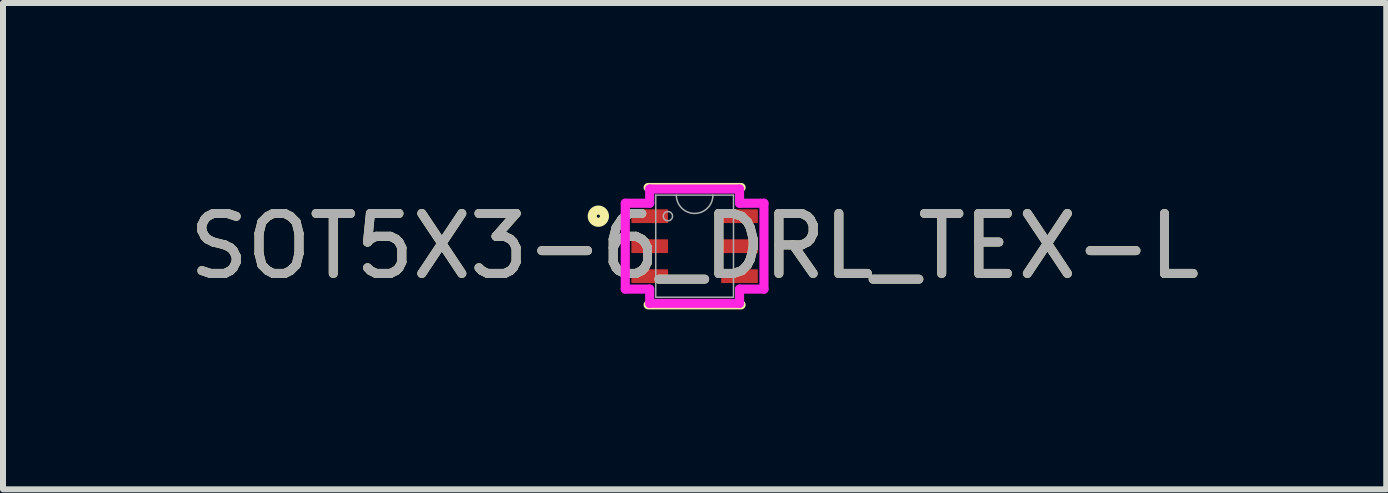
<source format=kicad_pcb>
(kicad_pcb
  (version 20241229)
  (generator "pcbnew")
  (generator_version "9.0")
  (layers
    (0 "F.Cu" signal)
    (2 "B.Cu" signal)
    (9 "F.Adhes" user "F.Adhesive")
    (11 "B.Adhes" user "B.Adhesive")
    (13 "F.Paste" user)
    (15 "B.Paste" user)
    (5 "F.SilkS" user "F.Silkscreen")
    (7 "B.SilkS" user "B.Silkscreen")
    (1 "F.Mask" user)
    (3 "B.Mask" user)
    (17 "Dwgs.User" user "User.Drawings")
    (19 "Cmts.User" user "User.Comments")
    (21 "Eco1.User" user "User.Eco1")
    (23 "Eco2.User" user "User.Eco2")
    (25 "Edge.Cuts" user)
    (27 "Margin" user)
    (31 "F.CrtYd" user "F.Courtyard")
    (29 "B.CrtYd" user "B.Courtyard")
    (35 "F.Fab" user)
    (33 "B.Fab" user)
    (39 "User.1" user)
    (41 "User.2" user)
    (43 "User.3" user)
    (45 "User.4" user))
  (footprint "SOT5X3-6_DRL_TEX-L"
    (layer "F.Cu")
    (at 8.53 1.054)
    (property "Reference" "SOT5X3-6_DRL_TEX-L" (at 0 0 0) (unlocked yes) (layer "F.SilkS") (effects (font (size 1 1) (thickness 0.15))))
    (attr smd)
    (fp_line (start -0.775 0.978) (end 0.775 0.978) (stroke (width 0.152) (type solid)) (layer "F.SilkS"))
    (fp_line (start 0.775 -0.978) (end -0.775 -0.978) (stroke (width 0.152) (type solid)) (layer "F.SilkS"))
    (fp_circle (center -1.605 -0.5) (end -1.503 -0.5) (stroke (width 0.152) (type solid)) (fill no) (layer "F.SilkS"))
    (fp_line (start -1.156 -0.716) (end -0.749 -0.716) (stroke (width 0.152) (type solid)) (layer "F.CrtYd"))
    (fp_line (start -1.156 0.716) (end -1.156 -0.716) (stroke (width 0.152) (type solid)) (layer "F.CrtYd"))
    (fp_line (start -1.156 0.716) (end -0.749 0.716) (stroke (width 0.152) (type solid)) (layer "F.CrtYd"))
    (fp_line (start -0.749 -0.953) (end 0.749 -0.953) (stroke (width 0.152) (type solid)) (layer "F.CrtYd"))
    (fp_line (start -0.749 -0.716) (end -0.749 -0.953) (stroke (width 0.152) (type solid)) (layer "F.CrtYd"))
    (fp_line (start -0.749 0.953) (end -0.749 0.716) (stroke (width 0.152) (type solid)) (layer "F.CrtYd"))
    (fp_line (start 0.749 -0.953) (end 0.749 -0.716) (stroke (width 0.152) (type solid)) (layer "F.CrtYd"))
    (fp_line (start 0.749 0.716) (end 0.749 0.953) (stroke (width 0.152) (type solid)) (layer "F.CrtYd"))
    (fp_line (start 0.749 0.953) (end -0.749 0.953) (stroke (width 0.152) (type solid)) (layer "F.CrtYd"))
    (fp_line (start 1.156 -0.716) (end 0.749 -0.716) (stroke (width 0.152) (type solid)) (layer "F.CrtYd"))
    (fp_line (start 1.156 -0.716) (end 1.156 0.716) (stroke (width 0.152) (type solid)) (layer "F.CrtYd"))
    (fp_line (start 1.156 0.716) (end 0.749 0.716) (stroke (width 0.152) (type solid)) (layer "F.CrtYd"))
    (fp_line (start -0.648 -0.851) (end -0.648 0.851) (stroke (width 0.025) (type solid)) (layer "F.Fab"))
    (fp_line (start -0.648 0.851) (end 0.648 0.851) (stroke (width 0.025) (type solid)) (layer "F.Fab"))
    (fp_line (start 0.648 -0.851) (end -0.648 -0.851) (stroke (width 0.025) (type solid)) (layer "F.Fab"))
    (fp_line (start 0.648 0.851) (end 0.648 -0.851) (stroke (width 0.025) (type solid)) (layer "F.Fab"))
    (fp_arc (start 0.3048 -0.8509) (mid 0 -0.5461) (end -0.3048 -0.8509) (stroke (width 0.0254) (type solid)) (layer "F.Fab"))
    (fp_circle (center -0.445 -0.5) (end -0.368 -0.5) (stroke (width 0.025) (type solid)) (fill no) (layer "F.Fab"))
    (fp_text user "${REFERENCE}" (at 0 0 0) (unlocked yes) (layer "F.Fab") (effects (font (size 1 1) (thickness 0.15))))
    (pad "1" smd rect (at -0.749 -0.5) (size 0.61 0.229) (layers "F.Cu" "F.Mask" "F.Paste"))
    (pad "2" smd rect (at -0.749 0) (size 0.61 0.229) (layers "F.Cu" "F.Mask" "F.Paste"))
    (pad "3" smd rect (at -0.749 0.5) (size 0.61 0.229) (layers "F.Cu" "F.Mask" "F.Paste"))
    (pad "4" smd rect (at 0.749 0.5) (size 0.61 0.229) (layers "F.Cu" "F.Mask" "F.Paste"))
    (pad "5" smd rect (at 0.749 0) (size 0.61 0.229) (layers "F.Cu" "F.Mask" "F.Paste"))
    (pad "6" smd rect (at 0.749 -0.5) (size 0.61 0.229) (layers "F.Cu" "F.Mask" "F.Paste")))
  (gr_rect
    (start -3 -3)
    (end 20.06 5.108)
    (stroke (width 0.1) (type default))
    (fill no)
    (layer "Edge.Cuts")))
</source>
